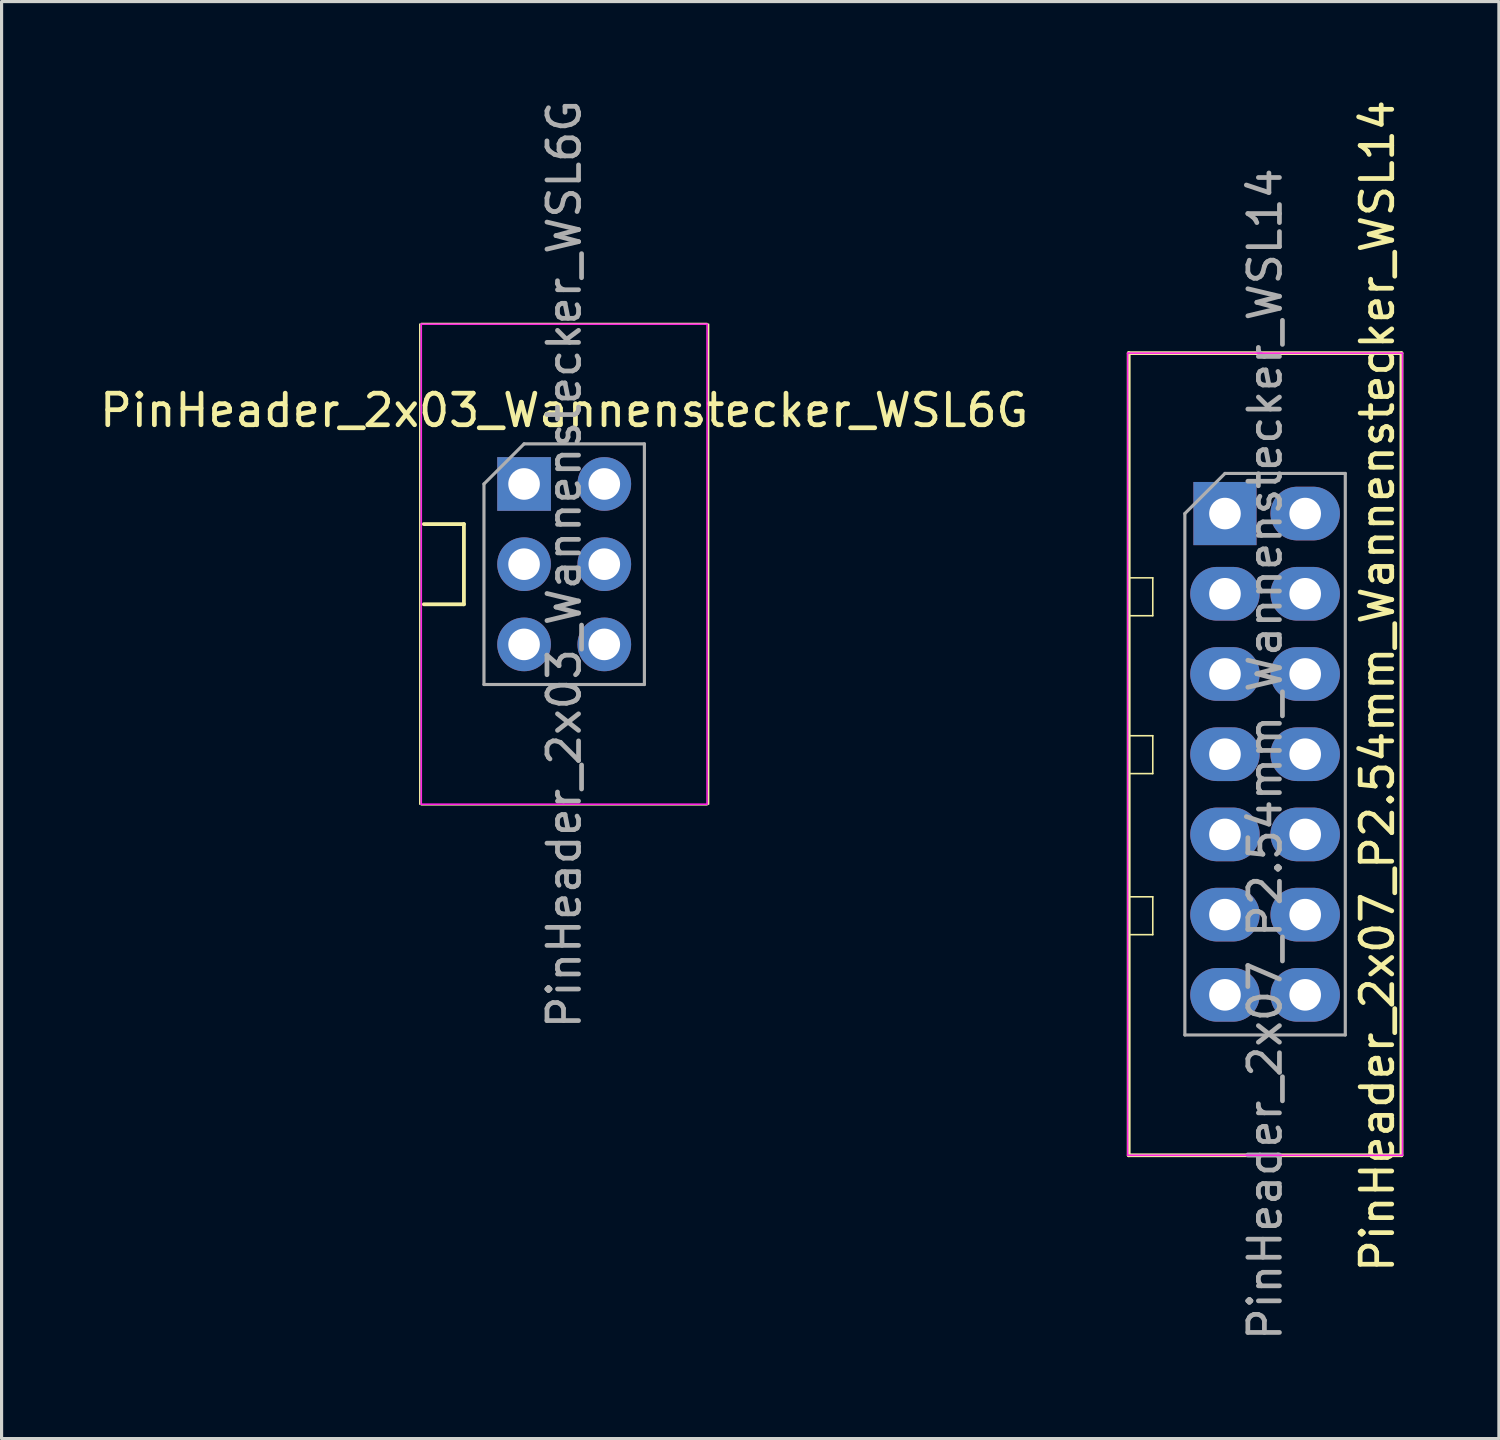
<source format=kicad_pcb>
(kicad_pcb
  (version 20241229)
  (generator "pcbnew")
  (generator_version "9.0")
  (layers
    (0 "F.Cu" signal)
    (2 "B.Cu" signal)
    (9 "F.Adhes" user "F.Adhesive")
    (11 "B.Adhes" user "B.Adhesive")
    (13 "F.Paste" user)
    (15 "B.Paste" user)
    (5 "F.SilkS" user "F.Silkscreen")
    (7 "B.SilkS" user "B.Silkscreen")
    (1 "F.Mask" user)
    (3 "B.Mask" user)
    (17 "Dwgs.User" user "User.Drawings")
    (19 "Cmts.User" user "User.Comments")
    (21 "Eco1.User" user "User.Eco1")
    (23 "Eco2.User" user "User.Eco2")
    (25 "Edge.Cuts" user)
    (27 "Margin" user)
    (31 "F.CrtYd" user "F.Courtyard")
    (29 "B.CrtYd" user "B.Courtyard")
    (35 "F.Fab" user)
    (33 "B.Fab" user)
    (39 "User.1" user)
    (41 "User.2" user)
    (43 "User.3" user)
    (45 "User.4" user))
  (footprint "PinHeader_2x07_P2.54mm_Wannenstecker_WSL14"
    (layer "F.Cu")
    (at 37.009 20.832)
    (property "Reference" "PinHeader_2x07_P2.54mm_Wannenstecker_WSL14" (at 3.556 -2.159 90) (layer "F.SilkS") (effects (font (size 1 1) (thickness 0.15))))
    (attr through_hole)
    (fp_line (start -4.318 -12.7) (end -4.318 12.7) (stroke (width 0.12) (type solid)) (layer "F.SilkS"))
    (fp_line (start -4.318 -12.7) (end 4.318 -12.7) (stroke (width 0.12) (type solid)) (layer "F.SilkS"))
    (fp_line (start -4.318 12.7) (end 4.318 12.7) (stroke (width 0.12) (type solid)) (layer "F.SilkS"))
    (fp_line (start -3.556 -5.585) (end -4.331 -5.585) (stroke (width 0.05) (type solid)) (layer "F.SilkS"))
    (fp_line (start -3.556 -4.385) (end -4.331 -4.385) (stroke (width 0.05) (type solid)) (layer "F.SilkS"))
    (fp_line (start -3.556 -4.385) (end -3.556 -5.585) (stroke (width 0.05) (type solid)) (layer "F.SilkS"))
    (fp_line (start -3.556 -0.585) (end -4.331 -0.585) (stroke (width 0.05) (type solid)) (layer "F.SilkS"))
    (fp_line (start -3.556 0.615) (end -4.331 0.615) (stroke (width 0.05) (type solid)) (layer "F.SilkS"))
    (fp_line (start -3.556 0.615) (end -3.556 -0.585) (stroke (width 0.05) (type solid)) (layer "F.SilkS"))
    (fp_line (start -3.556 4.515) (end -4.331 4.515) (stroke (width 0.05) (type solid)) (layer "F.SilkS"))
    (fp_line (start -3.556 5.715) (end -4.331 5.715) (stroke (width 0.05) (type solid)) (layer "F.SilkS"))
    (fp_line (start -3.556 5.715) (end -3.556 4.515) (stroke (width 0.05) (type solid)) (layer "F.SilkS"))
    (fp_line (start 4.318 -12.7) (end 4.318 12.7) (stroke (width 0.12) (type solid)) (layer "F.SilkS"))
    (fp_line (start -4.35 -12.7) (end -4.35 12.7) (stroke (width 0.05) (type solid)) (layer "F.CrtYd"))
    (fp_line (start -4.35 12.7) (end 4.35 12.7) (stroke (width 0.05) (type solid)) (layer "F.CrtYd"))
    (fp_line (start 4.35 -12.7) (end -4.35 -12.7) (stroke (width 0.05) (type solid)) (layer "F.CrtYd"))
    (fp_line (start 4.35 12.7) (end 4.35 -12.7) (stroke (width 0.05) (type solid)) (layer "F.CrtYd"))
    (fp_line (start -2.54 -7.62) (end -1.27 -8.89) (stroke (width 0.1) (type solid)) (layer "F.Fab"))
    (fp_line (start -2.54 8.89) (end -2.54 -7.62) (stroke (width 0.1) (type solid)) (layer "F.Fab"))
    (fp_line (start -1.27 -8.89) (end 2.54 -8.89) (stroke (width 0.1) (type solid)) (layer "F.Fab"))
    (fp_line (start 2.54 -8.89) (end 2.54 8.89) (stroke (width 0.1) (type solid)) (layer "F.Fab"))
    (fp_line (start 2.54 8.89) (end -2.54 8.89) (stroke (width 0.1) (type solid)) (layer "F.Fab"))
    (fp_text user "${REFERENCE}" (at 0 0 90) (layer "F.Fab") (effects (font (size 1 1) (thickness 0.15))))
    (pad "1" thru_hole rect (at -1.27 -7.62) (size 2 2) (drill 1) (layers "*.Cu" "*.Mask"))
    (pad "2" thru_hole oval (at 1.27 -7.62) (size 2.2 1.7) (drill 1) (layers "*.Cu" "*.Mask"))
    (pad "3" thru_hole oval (at -1.27 -5.08) (size 2.2 1.7) (drill 1) (layers "*.Cu" "*.Mask"))
    (pad "4" thru_hole oval (at 1.27 -5.08) (size 2.2 1.7) (drill 1) (layers "*.Cu" "*.Mask"))
    (pad "5" thru_hole oval (at -1.27 -2.54) (size 2.2 1.7) (drill 1) (layers "*.Cu" "*.Mask"))
    (pad "6" thru_hole oval (at 1.27 -2.54) (size 2.2 1.7) (drill 1) (layers "*.Cu" "*.Mask"))
    (pad "7" thru_hole oval (at -1.27 0) (size 2.2 1.7) (drill 1) (layers "*.Cu" "*.Mask"))
    (pad "8" thru_hole oval (at 1.27 0) (size 2.2 1.7) (drill 1) (layers "*.Cu" "*.Mask"))
    (pad "9" thru_hole oval (at -1.27 2.54) (size 2.2 1.7) (drill 1) (layers "*.Cu" "*.Mask"))
    (pad "10" thru_hole oval (at 1.27 2.54) (size 2.2 1.7) (drill 1) (layers "*.Cu" "*.Mask"))
    (pad "11" thru_hole oval (at -1.27 5.08) (size 2.2 1.7) (drill 1) (layers "*.Cu" "*.Mask"))
    (pad "12" thru_hole oval (at 1.27 5.08) (size 2.2 1.7) (drill 1) (layers "*.Cu" "*.Mask"))
    (pad "13" thru_hole oval (at -1.27 7.62) (size 2.2 1.7) (drill 1) (layers "*.Cu" "*.Mask"))
    (pad "14" thru_hole oval (at 1.27 7.62) (size 2.2 1.7) (drill 1) (layers "*.Cu" "*.Mask")))
  (footprint "PinHeader_2x03_Wannenstecker_WSL6G"
    (layer "F.Cu")
    (at 14.815 14.815)
    (property "Reference" "PinHeader_2x03_Wannenstecker_WSL6G" (at 0 -4.87 0) (layer "F.SilkS") (effects (font (size 1 1) (thickness 0.15))))
    (attr through_hole)
    (fp_line (start -4.572 -7.6) (end -4.572 7.6) (stroke (width 0.05) (type solid)) (layer "F.SilkS"))
    (fp_line (start -4.525 7.62) (end 4.525 7.62) (stroke (width 0.05) (type solid)) (layer "F.SilkS"))
    (fp_line (start -4.445 -1.27) (end -3.175 -1.27) (stroke (width 0.12) (type solid)) (layer "F.SilkS"))
    (fp_line (start -4.445 1.27) (end -3.175 1.27) (stroke (width 0.12) (type solid)) (layer "F.SilkS"))
    (fp_line (start -3.175 -1.27) (end -3.175 1.27) (stroke (width 0.12) (type solid)) (layer "F.SilkS"))
    (fp_line (start 4.525 -7.62) (end -4.525 -7.62) (stroke (width 0.05) (type solid)) (layer "F.SilkS"))
    (fp_line (start 4.572 7.6) (end 4.572 -7.6) (stroke (width 0.05) (type solid)) (layer "F.SilkS"))
    (fp_line (start -4.525 -7.6) (end -4.525 7.6) (stroke (width 0.05) (type solid)) (layer "F.CrtYd"))
    (fp_line (start -4.525 7.6) (end 4.525 7.6) (stroke (width 0.05) (type solid)) (layer "F.CrtYd"))
    (fp_line (start 4.525 -7.6) (end -4.525 -7.6) (stroke (width 0.05) (type solid)) (layer "F.CrtYd"))
    (fp_line (start 4.525 7.6) (end 4.525 -7.6) (stroke (width 0.05) (type solid)) (layer "F.CrtYd"))
    (fp_line (start -2.54 -2.54) (end -1.27 -3.81) (stroke (width 0.1) (type solid)) (layer "F.Fab"))
    (fp_line (start -2.54 3.81) (end -2.54 -2.54) (stroke (width 0.1) (type solid)) (layer "F.Fab"))
    (fp_line (start -1.27 -3.81) (end 2.54 -3.81) (stroke (width 0.1) (type solid)) (layer "F.Fab"))
    (fp_line (start 2.54 -3.81) (end 2.54 3.81) (stroke (width 0.1) (type solid)) (layer "F.Fab"))
    (fp_line (start 2.54 3.81) (end -2.54 3.81) (stroke (width 0.1) (type solid)) (layer "F.Fab"))
    (fp_text user "${REFERENCE}" (at 0 0 90) (layer "F.Fab") (effects (font (size 1 1) (thickness 0.15))))
    (pad "1" thru_hole rect (at -1.27 -2.54) (size 1.7 1.7) (drill 1) (layers "*.Cu" "*.Mask"))
    (pad "2" thru_hole oval (at 1.27 -2.54) (size 1.7 1.7) (drill 1) (layers "*.Cu" "*.Mask"))
    (pad "3" thru_hole oval (at -1.27 0) (size 1.7 1.7) (drill 1) (layers "*.Cu" "*.Mask"))
    (pad "4" thru_hole oval (at 1.27 0) (size 1.7 1.7) (drill 1) (layers "*.Cu" "*.Mask"))
    (pad "5" thru_hole oval (at -1.27 2.54) (size 1.7 1.7) (drill 1) (layers "*.Cu" "*.Mask"))
    (pad "6" thru_hole oval (at 1.27 2.54) (size 1.7 1.7) (drill 1) (layers "*.Cu" "*.Mask")))
  (gr_rect
    (start -3 -3)
    (end 44.413 42.504)
    (stroke (width 0.1) (type default))
    (fill no)
    (layer "Edge.Cuts")))
</source>
